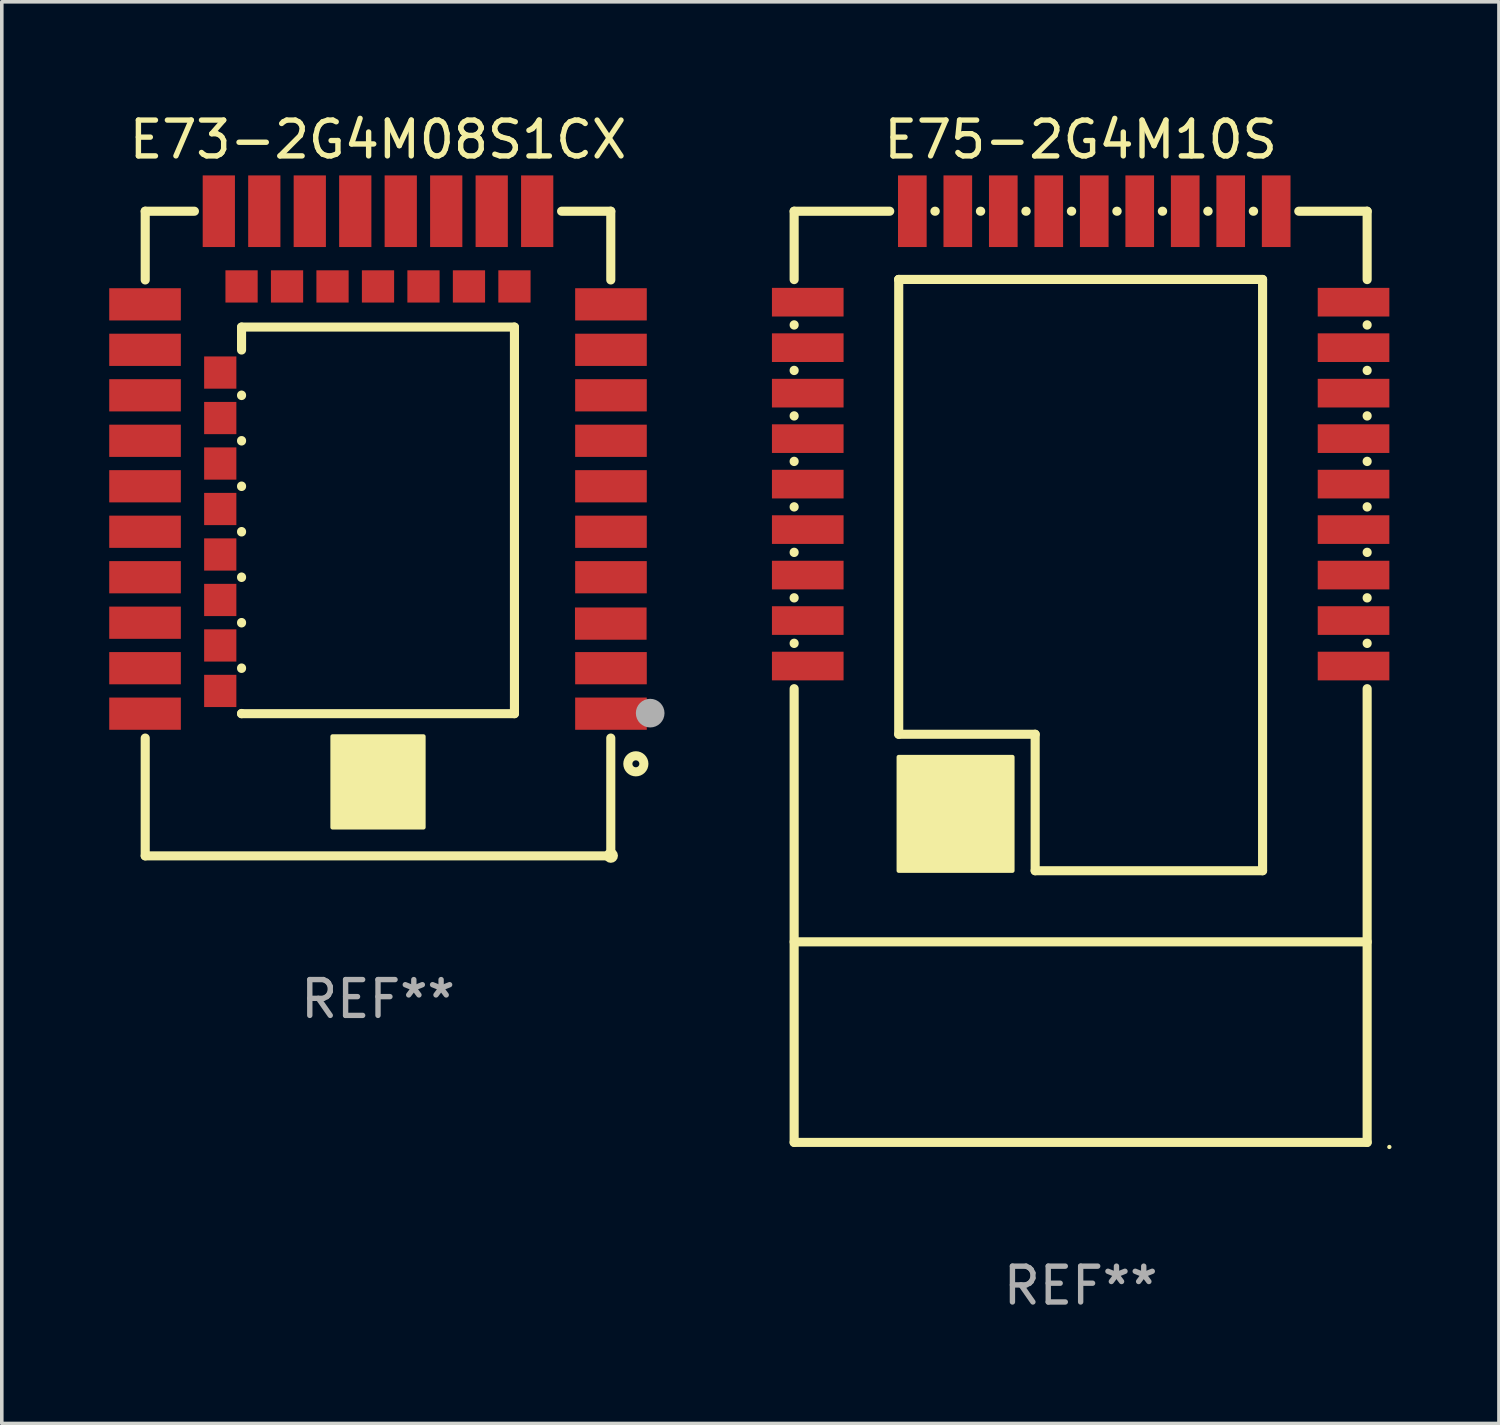
<source format=kicad_pcb>
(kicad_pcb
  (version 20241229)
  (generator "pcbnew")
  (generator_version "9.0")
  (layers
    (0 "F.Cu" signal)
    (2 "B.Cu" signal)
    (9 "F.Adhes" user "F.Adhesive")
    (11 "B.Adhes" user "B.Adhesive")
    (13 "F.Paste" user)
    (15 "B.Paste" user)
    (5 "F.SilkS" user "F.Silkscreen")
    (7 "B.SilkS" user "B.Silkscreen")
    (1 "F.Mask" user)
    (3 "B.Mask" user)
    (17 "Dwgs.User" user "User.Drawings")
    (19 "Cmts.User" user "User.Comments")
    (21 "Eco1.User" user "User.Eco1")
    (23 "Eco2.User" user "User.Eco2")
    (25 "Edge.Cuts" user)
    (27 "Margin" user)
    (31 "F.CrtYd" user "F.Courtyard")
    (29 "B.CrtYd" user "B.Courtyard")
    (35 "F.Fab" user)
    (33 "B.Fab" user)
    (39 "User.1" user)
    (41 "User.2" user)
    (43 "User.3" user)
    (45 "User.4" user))
  (footprint "E73-2G4M08S1CX"
    (layer "F.Cu")
    (at 7.505 11.848)
    (property "Reference" "E73-2G4M08S1CX" (at 0 -11 0) (layer "F.SilkS") (effects (font (size 1 1) (thickness 0.15))))
    (attr through_hole)
    (fp_line (start -6.5 -9) (end -5.126 -9) (stroke (width 0.254) (type solid)) (layer "F.SilkS"))
    (fp_line (start -6.5 -7.081) (end -6.5 -9) (stroke (width 0.254) (type solid)) (layer "F.SilkS"))
    (fp_line (start -6.5 9) (end -6.5 5.711) (stroke (width 0.254) (type solid)) (layer "F.SilkS"))
    (fp_line (start -6.5 9) (end 6.5 9) (stroke (width 0.254) (type solid)) (layer "F.SilkS"))
    (fp_line (start -3.81 -5.765) (end 3.81 -5.765) (stroke (width 0.254) (type solid)) (layer "F.SilkS"))
    (fp_line (start -3.81 -5.124) (end -3.81 -5.765) (stroke (width 0.254) (type solid)) (layer "F.SilkS"))
    (fp_line (start -3.81 -3.854) (end -3.81 -3.866) (stroke (width 0.254) (type solid)) (layer "F.SilkS"))
    (fp_line (start -3.81 -2.584) (end -3.81 -2.596) (stroke (width 0.254) (type solid)) (layer "F.SilkS"))
    (fp_line (start -3.81 -1.314) (end -3.81 -1.326) (stroke (width 0.254) (type solid)) (layer "F.SilkS"))
    (fp_line (start -3.81 -0.044) (end -3.81 -0.056) (stroke (width 0.254) (type solid)) (layer "F.SilkS"))
    (fp_line (start -3.81 1.226) (end -3.81 1.214) (stroke (width 0.254) (type solid)) (layer "F.SilkS"))
    (fp_line (start -3.81 2.496) (end -3.81 2.484) (stroke (width 0.254) (type solid)) (layer "F.SilkS"))
    (fp_line (start -3.81 3.766) (end -3.81 3.754) (stroke (width 0.254) (type solid)) (layer "F.SilkS"))
    (fp_line (start -3.81 5.03) (end -3.81 5.024) (stroke (width 0.254) (type solid)) (layer "F.SilkS"))
    (fp_line (start 3.81 -5.765) (end 3.81 5.03) (stroke (width 0.254) (type solid)) (layer "F.SilkS"))
    (fp_line (start 3.81 5.03) (end -3.81 5.03) (stroke (width 0.254) (type solid)) (layer "F.SilkS"))
    (fp_line (start 5.126 -9) (end 6.5 -9) (stroke (width 0.254) (type solid)) (layer "F.SilkS"))
    (fp_line (start 6.5 -7.081) (end 6.5 -9) (stroke (width 0.254) (type solid)) (layer "F.SilkS"))
    (fp_line (start 6.5 9) (end 6.5 5.711) (stroke (width 0.254) (type solid)) (layer "F.SilkS"))
    (fp_circle (center 6.5 8.995) (end 6.6 8.995) (stroke (width 0.2) (type solid)) (fill no) (layer "F.SilkS"))
    (fp_circle (center 7.2 6.43) (end 7.424 6.43) (stroke (width 0.254) (type solid)) (fill no) (layer "F.SilkS"))
    (fp_poly (pts (xy -1.27 5.665) (xy 1.27 5.665) (xy 1.27 8.205) (xy -1.27 8.205)) (stroke (width 0.12) (type solid)) (fill yes) (layer "F.SilkS"))
    (fp_circle (center 7.6 5.015) (end 7.8 5.015) (stroke (width 0.4) (type solid)) (fill no) (layer "F.Fab"))
    (fp_text user "REF**" (at 0 13 0) (layer "F.Fab") (effects (font (size 1 1) (thickness 0.15))))
    (pad "1" smd rect (at 6.505 5.03 90) (size 0.9 2) (layers "F.Cu" "F.Mask" "F.Paste"))
    (pad "2" smd rect (at 6.505 3.76 90) (size 0.9 2) (layers "F.Cu" "F.Mask" "F.Paste"))
    (pad "3" smd rect (at 6.5 2.515 90) (size 0.9 2) (layers "F.Cu" "F.Mask" "F.Paste"))
    (pad "4" smd rect (at 6.505 1.22 90) (size 0.9 2) (layers "F.Cu" "F.Mask" "F.Paste"))
    (pad "5" smd rect (at 6.505 -0.05 90) (size 0.9 2) (layers "F.Cu" "F.Mask" "F.Paste"))
    (pad "6" smd rect (at 6.505 -1.32 90) (size 0.9 2) (layers "F.Cu" "F.Mask" "F.Paste"))
    (pad "7" smd rect (at 6.505 -2.59 90) (size 0.9 2) (layers "F.Cu" "F.Mask" "F.Paste"))
    (pad "8" smd rect (at 6.505 -3.86 90) (size 0.9 2) (layers "F.Cu" "F.Mask" "F.Paste"))
    (pad "9" smd rect (at 6.505 -5.13 90) (size 0.9 2) (layers "F.Cu" "F.Mask" "F.Paste"))
    (pad "10" smd rect (at 6.505 -6.4 90) (size 0.9 2) (layers "F.Cu" "F.Mask" "F.Paste"))
    (pad "11" smd rect (at 4.445 -9 180) (size 0.9 2) (layers "F.Cu" "F.Mask" "F.Paste"))
    (pad "12" smd rect (at 3.81 -6.9 180) (size 0.9 0.9) (layers "F.Cu" "F.Mask" "F.Paste"))
    (pad "13" smd rect (at 3.175 -9 180) (size 0.9 2) (layers "F.Cu" "F.Mask" "F.Paste"))
    (pad "14" smd rect (at 2.54 -6.9 180) (size 0.9 0.9) (layers "F.Cu" "F.Mask" "F.Paste"))
    (pad "15" smd rect (at 1.905 -9 180) (size 0.9 2) (layers "F.Cu" "F.Mask" "F.Paste"))
    (pad "16" smd rect (at 1.27 -6.9 180) (size 0.9 0.9) (layers "F.Cu" "F.Mask" "F.Paste"))
    (pad "17" smd rect (at 0.635 -9 180) (size 0.9 2) (layers "F.Cu" "F.Mask" "F.Paste"))
    (pad "18" smd rect (at 0 -6.9 180) (size 0.9 0.9) (layers "F.Cu" "F.Mask" "F.Paste"))
    (pad "19" smd rect (at -0.635 -9 180) (size 0.9 2) (layers "F.Cu" "F.Mask" "F.Paste"))
    (pad "20" smd rect (at -1.27 -6.9 180) (size 0.9 0.9) (layers "F.Cu" "F.Mask" "F.Paste"))
    (pad "21" smd rect (at -1.905 -9 180) (size 0.9 2) (layers "F.Cu" "F.Mask" "F.Paste"))
    (pad "22" smd rect (at -2.54 -6.9 180) (size 0.9 0.9) (layers "F.Cu" "F.Mask" "F.Paste"))
    (pad "23" smd rect (at -3.175 -9 180) (size 0.9 2) (layers "F.Cu" "F.Mask" "F.Paste"))
    (pad "24" smd rect (at -3.81 -6.9 180) (size 0.9 0.9) (layers "F.Cu" "F.Mask" "F.Paste"))
    (pad "25" smd rect (at -4.445 -9 180) (size 0.9 2) (layers "F.Cu" "F.Mask" "F.Paste"))
    (pad "26" smd rect (at -6.505 -6.4 270) (size 0.9 2) (layers "F.Cu" "F.Mask" "F.Paste"))
    (pad "27" smd rect (at -6.505 -5.13 270) (size 0.9 2) (layers "F.Cu" "F.Mask" "F.Paste"))
    (pad "28" smd rect (at -4.405 -4.495 270) (size 0.9 0.9) (layers "F.Cu" "F.Mask" "F.Paste"))
    (pad "29" smd rect (at -6.505 -3.86 270) (size 0.9 2) (layers "F.Cu" "F.Mask" "F.Paste"))
    (pad "30" smd rect (at -4.405 -3.225 270) (size 0.9 0.9) (layers "F.Cu" "F.Mask" "F.Paste"))
    (pad "31" smd rect (at -6.505 -2.59 270) (size 0.9 2) (layers "F.Cu" "F.Mask" "F.Paste"))
    (pad "32" smd rect (at -4.405 -1.955 270) (size 0.9 0.9) (layers "F.Cu" "F.Mask" "F.Paste"))
    (pad "33" smd rect (at -6.505 -1.32 270) (size 0.9 2) (layers "F.Cu" "F.Mask" "F.Paste"))
    (pad "34" smd rect (at -4.405 -0.685 270) (size 0.9 0.9) (layers "F.Cu" "F.Mask" "F.Paste"))
    (pad "35" smd rect (at -6.505 -0.05 270) (size 0.9 2) (layers "F.Cu" "F.Mask" "F.Paste"))
    (pad "36" smd rect (at -4.405 0.585 270) (size 0.9 0.9) (layers "F.Cu" "F.Mask" "F.Paste"))
    (pad "37" smd rect (at -6.505 1.22 270) (size 0.9 2) (layers "F.Cu" "F.Mask" "F.Paste"))
    (pad "38" smd rect (at -4.405 1.855 270) (size 0.9 0.9) (layers "F.Cu" "F.Mask" "F.Paste"))
    (pad "39" smd rect (at -6.505 2.49 270) (size 0.9 2) (layers "F.Cu" "F.Mask" "F.Paste"))
    (pad "40" smd rect (at -4.405 3.125 270) (size 0.9 0.9) (layers "F.Cu" "F.Mask" "F.Paste"))
    (pad "41" smd rect (at -6.505 3.76 270) (size 0.9 2) (layers "F.Cu" "F.Mask" "F.Paste"))
    (pad "42" smd rect (at -4.405 4.395 270) (size 0.9 0.9) (layers "F.Cu" "F.Mask" "F.Paste"))
    (pad "43" smd rect (at -6.505 5.03 270) (size 0.9 2) (layers "F.Cu" "F.Mask" "F.Paste")))
  (footprint "E75-2G4M10S"
    (layer "F.Cu")
    (at 27.125 15.849)
    (property "Reference" "E75-2G4M10S" (at 0 -15.001 0) (layer "F.SilkS") (effects (font (size 1 1) (thickness 0.15))))
    (attr through_hole)
    (fp_line (start -8 -13.001) (end -5.331 -13.001) (stroke (width 0.254) (type solid)) (layer "F.SilkS"))
    (fp_line (start -8 -11.092) (end -8 -13.001) (stroke (width 0.254) (type solid)) (layer "F.SilkS"))
    (fp_line (start -8 -9.822) (end -8 -9.829) (stroke (width 0.254) (type solid)) (layer "F.SilkS"))
    (fp_line (start -8 -8.552) (end -8 -8.559) (stroke (width 0.254) (type solid)) (layer "F.SilkS"))
    (fp_line (start -8 -7.282) (end -8 -7.289) (stroke (width 0.254) (type solid)) (layer "F.SilkS"))
    (fp_line (start -8 -6.012) (end -8 -6.019) (stroke (width 0.254) (type solid)) (layer "F.SilkS"))
    (fp_line (start -8 -4.742) (end -8 -4.749) (stroke (width 0.254) (type solid)) (layer "F.SilkS"))
    (fp_line (start -8 -3.472) (end -8 -3.479) (stroke (width 0.254) (type solid)) (layer "F.SilkS"))
    (fp_line (start -8 -2.202) (end -8 -2.209) (stroke (width 0.254) (type solid)) (layer "F.SilkS"))
    (fp_line (start -8 -0.932) (end -8 -0.939) (stroke (width 0.254) (type solid)) (layer "F.SilkS"))
    (fp_line (start -8 7.4) (end 8 7.4) (stroke (width 0.254) (type solid)) (layer "F.SilkS"))
    (fp_line (start -8 13) (end -8 0.331) (stroke (width 0.254) (type solid)) (layer "F.SilkS"))
    (fp_line (start -5.08 -11.096) (end -5.08 1.604) (stroke (width 0.254) (type solid)) (layer "F.SilkS"))
    (fp_line (start -5.08 -11.096) (end -5.08 -11.096) (stroke (width 0.254) (type solid)) (layer "F.SilkS"))
    (fp_line (start -5.08 -11.096) (end 5.08 -11.096) (stroke (width 0.254) (type solid)) (layer "F.SilkS"))
    (fp_line (start -4.069 -13.001) (end -4.061 -13.001) (stroke (width 0.254) (type solid)) (layer "F.SilkS"))
    (fp_line (start -2.799 -13.001) (end -2.791 -13.001) (stroke (width 0.254) (type solid)) (layer "F.SilkS"))
    (fp_line (start -1.529 -13.001) (end -1.521 -13.001) (stroke (width 0.254) (type solid)) (layer "F.SilkS"))
    (fp_line (start -1.27 1.604) (end -5.08 1.604) (stroke (width 0.254) (type solid)) (layer "F.SilkS"))
    (fp_line (start -1.27 5.414) (end -1.27 1.604) (stroke (width 0.254) (type solid)) (layer "F.SilkS"))
    (fp_line (start -0.259 -13.001) (end -0.251 -13.001) (stroke (width 0.254) (type solid)) (layer "F.SilkS"))
    (fp_line (start 1.011 -13.001) (end 1.019 -13.001) (stroke (width 0.254) (type solid)) (layer "F.SilkS"))
    (fp_line (start 2.281 -13.001) (end 2.289 -13.001) (stroke (width 0.254) (type solid)) (layer "F.SilkS"))
    (fp_line (start 3.551 -13.001) (end 3.559 -13.001) (stroke (width 0.254) (type solid)) (layer "F.SilkS"))
    (fp_line (start 4.821 -13.001) (end 4.829 -13.001) (stroke (width 0.254) (type solid)) (layer "F.SilkS"))
    (fp_line (start 5.08 -11.096) (end 5.08 5.414) (stroke (width 0.254) (type solid)) (layer "F.SilkS"))
    (fp_line (start 5.08 5.414) (end -1.27 5.414) (stroke (width 0.254) (type solid)) (layer "F.SilkS"))
    (fp_line (start 6.091 -13.001) (end 8 -13.001) (stroke (width 0.254) (type solid)) (layer "F.SilkS"))
    (fp_line (start 8 0.331) (end 8 13.001) (stroke (width 0.254) (type solid)) (layer "F.SilkS"))
    (fp_line (start 8 13) (end -8 13) (stroke (width 0.254) (type solid)) (layer "F.SilkS"))
    (fp_line (start 8 -13.001) (end 8 -11.092) (stroke (width 0.254) (type solid)) (layer "F.SilkS"))
    (fp_line (start 8 -9.829) (end 8 -9.822) (stroke (width 0.254) (type solid)) (layer "F.SilkS"))
    (fp_line (start 8 -8.559) (end 8 -8.552) (stroke (width 0.254) (type solid)) (layer "F.SilkS"))
    (fp_line (start 8 -7.289) (end 8 -7.282) (stroke (width 0.254) (type solid)) (layer "F.SilkS"))
    (fp_line (start 8 -6.019) (end 8 -6.012) (stroke (width 0.254) (type solid)) (layer "F.SilkS"))
    (fp_line (start 8 -4.749) (end 8 -4.742) (stroke (width 0.254) (type solid)) (layer "F.SilkS"))
    (fp_line (start 8 -3.479) (end 8 -3.472) (stroke (width 0.254) (type solid)) (layer "F.SilkS"))
    (fp_line (start 8 -2.209) (end 8 -2.202) (stroke (width 0.254) (type solid)) (layer "F.SilkS"))
    (fp_line (start 8 -0.939) (end 8 -0.932) (stroke (width 0.254) (type solid)) (layer "F.SilkS"))
    (fp_circle (center 8.62 13.128) (end 8.65 13.128) (stroke (width 0.06) (type solid)) (fill no) (layer "F.SilkS"))
    (fp_poly (pts (xy -5.08 2.239) (xy -1.905 2.239) (xy -1.905 5.414) (xy -5.08 5.414)) (stroke (width 0.12) (type solid)) (fill yes) (layer "F.SilkS"))
    (fp_text user "REF**" (at 0 17.001 0) (layer "F.Fab") (effects (font (size 1 1) (thickness 0.15))))
    (pad "1" smd rect (at 7.62 -0.301 90) (size 0.8 2) (layers "F.Cu" "F.Mask" "F.Paste"))
    (pad "2" smd rect (at 7.62 -1.571 270) (size 0.8 2) (layers "F.Cu" "F.Mask" "F.Paste"))
    (pad "3" smd rect (at 7.62 -2.841 270) (size 0.8 2) (layers "F.Cu" "F.Mask" "F.Paste"))
    (pad "4" smd rect (at 7.62 -4.111 270) (size 0.8 2) (layers "F.Cu" "F.Mask" "F.Paste"))
    (pad "5" smd rect (at 7.62 -5.381 270) (size 0.8 2) (layers "F.Cu" "F.Mask" "F.Paste"))
    (pad "6" smd rect (at 7.62 -6.651 270) (size 0.8 2) (layers "F.Cu" "F.Mask" "F.Paste"))
    (pad "7" smd rect (at 7.62 -7.921 270) (size 0.8 2) (layers "F.Cu" "F.Mask" "F.Paste"))
    (pad "8" smd rect (at 7.62 -9.191 270) (size 0.8 2) (layers "F.Cu" "F.Mask" "F.Paste"))
    (pad "9" smd rect (at 7.62 -10.461 270) (size 0.8 2) (layers "F.Cu" "F.Mask" "F.Paste"))
    (pad "10" smd rect (at 5.46 -13.001) (size 0.8 2) (layers "F.Cu" "F.Mask" "F.Paste"))
    (pad "11" smd rect (at 4.19 -13.001) (size 0.8 2) (layers "F.Cu" "F.Mask" "F.Paste"))
    (pad "12" smd rect (at 2.92 -13.001) (size 0.8 2) (layers "F.Cu" "F.Mask" "F.Paste"))
    (pad "13" smd rect (at 1.65 -13.001) (size 0.8 2) (layers "F.Cu" "F.Mask" "F.Paste"))
    (pad "14" smd rect (at 0.38 -13.001) (size 0.8 2) (layers "F.Cu" "F.Mask" "F.Paste"))
    (pad "15" smd rect (at -0.89 -13.001) (size 0.8 2) (layers "F.Cu" "F.Mask" "F.Paste"))
    (pad "16" smd rect (at -2.16 -13.001) (size 0.8 2) (layers "F.Cu" "F.Mask" "F.Paste"))
    (pad "17" smd rect (at -3.43 -13.001) (size 0.8 2) (layers "F.Cu" "F.Mask" "F.Paste"))
    (pad "18" smd rect (at -4.7 -13.001) (size 0.8 2) (layers "F.Cu" "F.Mask" "F.Paste"))
    (pad "19" smd rect (at -7.62 -10.461 90) (size 0.8 2) (layers "F.Cu" "F.Mask" "F.Paste"))
    (pad "20" smd rect (at -7.62 -9.191 90) (size 0.8 2) (layers "F.Cu" "F.Mask" "F.Paste"))
    (pad "21" smd rect (at -7.62 -7.921 90) (size 0.8 2) (layers "F.Cu" "F.Mask" "F.Paste"))
    (pad "22" smd rect (at -7.62 -6.651 90) (size 0.8 2) (layers "F.Cu" "F.Mask" "F.Paste"))
    (pad "23" smd rect (at -7.62 -5.381 90) (size 0.8 2) (layers "F.Cu" "F.Mask" "F.Paste"))
    (pad "24" smd rect (at -7.62 -4.111 90) (size 0.8 2) (layers "F.Cu" "F.Mask" "F.Paste"))
    (pad "25" smd rect (at -7.62 -2.841 90) (size 0.8 2) (layers "F.Cu" "F.Mask" "F.Paste"))
    (pad "26" smd rect (at -7.62 -1.571 90) (size 0.8 2) (layers "F.Cu" "F.Mask" "F.Paste"))
    (pad "27" smd rect (at -7.62 -0.301 90) (size 0.8 2) (layers "F.Cu" "F.Mask" "F.Paste")))
  (gr_rect
    (start -3 -3)
    (end 38.805 36.698)
    (stroke (width 0.1) (type default))
    (fill no)
    (layer "Edge.Cuts")))
</source>
